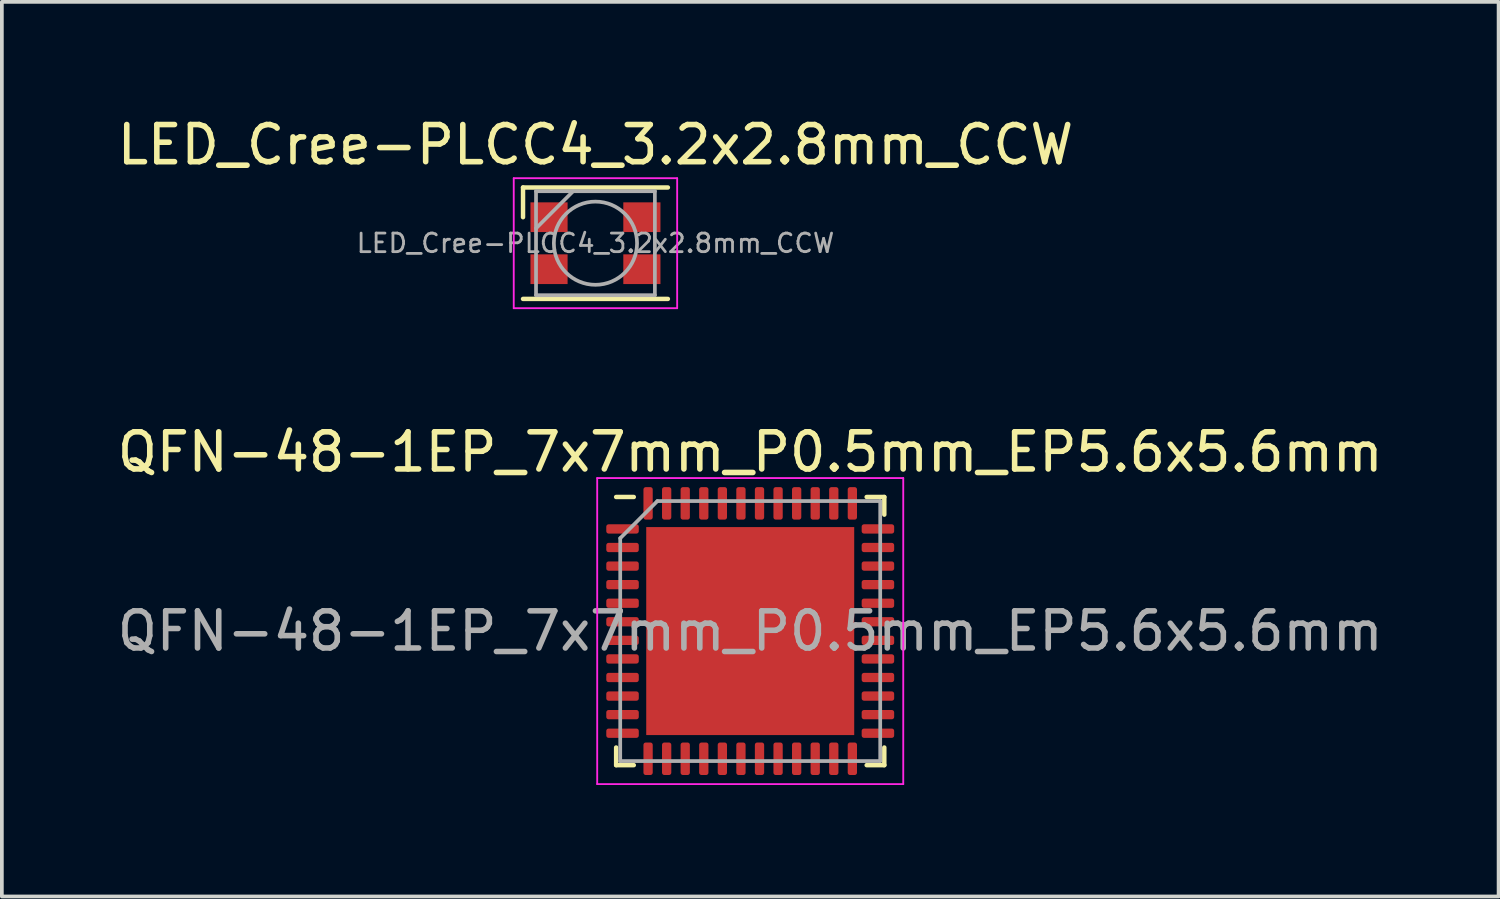
<source format=kicad_pcb>
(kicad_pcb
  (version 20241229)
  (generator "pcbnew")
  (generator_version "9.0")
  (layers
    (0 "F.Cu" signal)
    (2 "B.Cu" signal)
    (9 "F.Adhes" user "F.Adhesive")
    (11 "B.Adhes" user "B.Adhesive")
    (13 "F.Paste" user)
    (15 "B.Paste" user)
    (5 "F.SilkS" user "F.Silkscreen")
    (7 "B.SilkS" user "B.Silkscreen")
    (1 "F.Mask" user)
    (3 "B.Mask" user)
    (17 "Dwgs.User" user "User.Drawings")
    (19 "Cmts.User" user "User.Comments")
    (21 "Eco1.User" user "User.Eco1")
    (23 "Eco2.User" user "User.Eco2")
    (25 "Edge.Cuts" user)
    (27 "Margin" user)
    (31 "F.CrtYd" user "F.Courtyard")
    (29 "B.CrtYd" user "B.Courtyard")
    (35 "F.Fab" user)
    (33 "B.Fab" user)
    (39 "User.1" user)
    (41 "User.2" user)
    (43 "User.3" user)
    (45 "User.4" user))
  (footprint "QFN-48-1EP_7x7mm_P0.5mm_EP5.6x5.6mm"
    (layer "F.Cu")
    (at 17.149 13.941)
    (property "Reference" "QFN-48-1EP_7x7mm_P0.5mm_EP5.6x5.6mm" (at 0 -4.82 0) (layer "F.SilkS") (effects (font (size 1 1) (thickness 0.15))))
    (attr smd)
    (fp_line (start -3.61 3.61) (end -3.61 3.135) (stroke (width 0.12) (type solid)) (layer "F.SilkS"))
    (fp_line (start -3.135 -3.61) (end -3.61 -3.61) (stroke (width 0.12) (type solid)) (layer "F.SilkS"))
    (fp_line (start -3.135 3.61) (end -3.61 3.61) (stroke (width 0.12) (type solid)) (layer "F.SilkS"))
    (fp_line (start 3.135 -3.61) (end 3.61 -3.61) (stroke (width 0.12) (type solid)) (layer "F.SilkS"))
    (fp_line (start 3.135 3.61) (end 3.61 3.61) (stroke (width 0.12) (type solid)) (layer "F.SilkS"))
    (fp_line (start 3.61 -3.61) (end 3.61 -3.135) (stroke (width 0.12) (type solid)) (layer "F.SilkS"))
    (fp_line (start 3.61 3.61) (end 3.61 3.135) (stroke (width 0.12) (type solid)) (layer "F.SilkS"))
    (fp_line (start -4.12 -4.12) (end -4.12 4.12) (stroke (width 0.05) (type solid)) (layer "F.CrtYd"))
    (fp_line (start -4.12 4.12) (end 4.12 4.12) (stroke (width 0.05) (type solid)) (layer "F.CrtYd"))
    (fp_line (start 4.12 -4.12) (end -4.12 -4.12) (stroke (width 0.05) (type solid)) (layer "F.CrtYd"))
    (fp_line (start 4.12 4.12) (end 4.12 -4.12) (stroke (width 0.05) (type solid)) (layer "F.CrtYd"))
    (fp_line (start -3.5 -2.5) (end -2.5 -3.5) (stroke (width 0.1) (type solid)) (layer "F.Fab"))
    (fp_line (start -3.5 3.5) (end -3.5 -2.5) (stroke (width 0.1) (type solid)) (layer "F.Fab"))
    (fp_line (start -2.5 -3.5) (end 3.5 -3.5) (stroke (width 0.1) (type solid)) (layer "F.Fab"))
    (fp_line (start 3.5 -3.5) (end 3.5 3.5) (stroke (width 0.1) (type solid)) (layer "F.Fab"))
    (fp_line (start 3.5 3.5) (end -3.5 3.5) (stroke (width 0.1) (type solid)) (layer "F.Fab"))
    (fp_text user "${REFERENCE}" (at 0 0 0) (layer "F.Fab") (effects (font (size 1 1) (thickness 0.15))))
    (pad "" smd roundrect (at -2.1 -2.1) (size 1.13 1.13) (layers "F.Paste") (roundrect_rratio 0.221))
    (pad "" smd roundrect (at -2.1 -0.7) (size 1.13 1.13) (layers "F.Paste") (roundrect_rratio 0.221))
    (pad "" smd roundrect (at -2.1 0.7) (size 1.13 1.13) (layers "F.Paste") (roundrect_rratio 0.221))
    (pad "" smd roundrect (at -2.1 2.1) (size 1.13 1.13) (layers "F.Paste") (roundrect_rratio 0.221))
    (pad "" smd roundrect (at -0.7 -2.1) (size 1.13 1.13) (layers "F.Paste") (roundrect_rratio 0.221))
    (pad "" smd roundrect (at -0.7 -0.7) (size 1.13 1.13) (layers "F.Paste") (roundrect_rratio 0.221))
    (pad "" smd roundrect (at -0.7 0.7) (size 1.13 1.13) (layers "F.Paste") (roundrect_rratio 0.221))
    (pad "" smd roundrect (at -0.7 2.1) (size 1.13 1.13) (layers "F.Paste") (roundrect_rratio 0.221))
    (pad "" smd roundrect (at 0.7 -2.1) (size 1.13 1.13) (layers "F.Paste") (roundrect_rratio 0.221))
    (pad "" smd roundrect (at 0.7 -0.7) (size 1.13 1.13) (layers "F.Paste") (roundrect_rratio 0.221))
    (pad "" smd roundrect (at 0.7 0.7) (size 1.13 1.13) (layers "F.Paste") (roundrect_rratio 0.221))
    (pad "" smd roundrect (at 0.7 2.1) (size 1.13 1.13) (layers "F.Paste") (roundrect_rratio 0.221))
    (pad "" smd roundrect (at 2.1 -2.1) (size 1.13 1.13) (layers "F.Paste") (roundrect_rratio 0.221))
    (pad "" smd roundrect (at 2.1 -0.7) (size 1.13 1.13) (layers "F.Paste") (roundrect_rratio 0.221))
    (pad "" smd roundrect (at 2.1 0.7) (size 1.13 1.13) (layers "F.Paste") (roundrect_rratio 0.221))
    (pad "" smd roundrect (at 2.1 2.1) (size 1.13 1.13) (layers "F.Paste") (roundrect_rratio 0.221))
    (pad "1" smd roundrect (at -3.438 -2.75) (size 0.875 0.25) (layers "F.Cu" "F.Mask" "F.Paste") (roundrect_rratio 0.25))
    (pad "2" smd roundrect (at -3.438 -2.25) (size 0.875 0.25) (layers "F.Cu" "F.Mask" "F.Paste") (roundrect_rratio 0.25))
    (pad "3" smd roundrect (at -3.438 -1.75) (size 0.875 0.25) (layers "F.Cu" "F.Mask" "F.Paste") (roundrect_rratio 0.25))
    (pad "4" smd roundrect (at -3.438 -1.25) (size 0.875 0.25) (layers "F.Cu" "F.Mask" "F.Paste") (roundrect_rratio 0.25))
    (pad "5" smd roundrect (at -3.438 -0.75) (size 0.875 0.25) (layers "F.Cu" "F.Mask" "F.Paste") (roundrect_rratio 0.25))
    (pad "6" smd roundrect (at -3.438 -0.25) (size 0.875 0.25) (layers "F.Cu" "F.Mask" "F.Paste") (roundrect_rratio 0.25))
    (pad "7" smd roundrect (at -3.438 0.25) (size 0.875 0.25) (layers "F.Cu" "F.Mask" "F.Paste") (roundrect_rratio 0.25))
    (pad "8" smd roundrect (at -3.438 0.75) (size 0.875 0.25) (layers "F.Cu" "F.Mask" "F.Paste") (roundrect_rratio 0.25))
    (pad "9" smd roundrect (at -3.438 1.25) (size 0.875 0.25) (layers "F.Cu" "F.Mask" "F.Paste") (roundrect_rratio 0.25))
    (pad "10" smd roundrect (at -3.438 1.75) (size 0.875 0.25) (layers "F.Cu" "F.Mask" "F.Paste") (roundrect_rratio 0.25))
    (pad "11" smd roundrect (at -3.438 2.25) (size 0.875 0.25) (layers "F.Cu" "F.Mask" "F.Paste") (roundrect_rratio 0.25))
    (pad "12" smd roundrect (at -3.438 2.75) (size 0.875 0.25) (layers "F.Cu" "F.Mask" "F.Paste") (roundrect_rratio 0.25))
    (pad "13" smd roundrect (at -2.75 3.438) (size 0.25 0.875) (layers "F.Cu" "F.Mask" "F.Paste") (roundrect_rratio 0.25))
    (pad "14" smd roundrect (at -2.25 3.438) (size 0.25 0.875) (layers "F.Cu" "F.Mask" "F.Paste") (roundrect_rratio 0.25))
    (pad "15" smd roundrect (at -1.75 3.438) (size 0.25 0.875) (layers "F.Cu" "F.Mask" "F.Paste") (roundrect_rratio 0.25))
    (pad "16" smd roundrect (at -1.25 3.438) (size 0.25 0.875) (layers "F.Cu" "F.Mask" "F.Paste") (roundrect_rratio 0.25))
    (pad "17" smd roundrect (at -0.75 3.438) (size 0.25 0.875) (layers "F.Cu" "F.Mask" "F.Paste") (roundrect_rratio 0.25))
    (pad "18" smd roundrect (at -0.25 3.438) (size 0.25 0.875) (layers "F.Cu" "F.Mask" "F.Paste") (roundrect_rratio 0.25))
    (pad "19" smd roundrect (at 0.25 3.438) (size 0.25 0.875) (layers "F.Cu" "F.Mask" "F.Paste") (roundrect_rratio 0.25))
    (pad "20" smd roundrect (at 0.75 3.438) (size 0.25 0.875) (layers "F.Cu" "F.Mask" "F.Paste") (roundrect_rratio 0.25))
    (pad "21" smd roundrect (at 1.25 3.438) (size 0.25 0.875) (layers "F.Cu" "F.Mask" "F.Paste") (roundrect_rratio 0.25))
    (pad "22" smd roundrect (at 1.75 3.438) (size 0.25 0.875) (layers "F.Cu" "F.Mask" "F.Paste") (roundrect_rratio 0.25))
    (pad "23" smd roundrect (at 2.25 3.438) (size 0.25 0.875) (layers "F.Cu" "F.Mask" "F.Paste") (roundrect_rratio 0.25))
    (pad "24" smd roundrect (at 2.75 3.438) (size 0.25 0.875) (layers "F.Cu" "F.Mask" "F.Paste") (roundrect_rratio 0.25))
    (pad "25" smd roundrect (at 3.438 2.75) (size 0.875 0.25) (layers "F.Cu" "F.Mask" "F.Paste") (roundrect_rratio 0.25))
    (pad "26" smd roundrect (at 3.438 2.25) (size 0.875 0.25) (layers "F.Cu" "F.Mask" "F.Paste") (roundrect_rratio 0.25))
    (pad "27" smd roundrect (at 3.438 1.75) (size 0.875 0.25) (layers "F.Cu" "F.Mask" "F.Paste") (roundrect_rratio 0.25))
    (pad "28" smd roundrect (at 3.438 1.25) (size 0.875 0.25) (layers "F.Cu" "F.Mask" "F.Paste") (roundrect_rratio 0.25))
    (pad "29" smd roundrect (at 3.438 0.75) (size 0.875 0.25) (layers "F.Cu" "F.Mask" "F.Paste") (roundrect_rratio 0.25))
    (pad "30" smd roundrect (at 3.438 0.25) (size 0.875 0.25) (layers "F.Cu" "F.Mask" "F.Paste") (roundrect_rratio 0.25))
    (pad "31" smd roundrect (at 3.438 -0.25) (size 0.875 0.25) (layers "F.Cu" "F.Mask" "F.Paste") (roundrect_rratio 0.25))
    (pad "32" smd roundrect (at 3.438 -0.75) (size 0.875 0.25) (layers "F.Cu" "F.Mask" "F.Paste") (roundrect_rratio 0.25))
    (pad "33" smd roundrect (at 3.438 -1.25) (size 0.875 0.25) (layers "F.Cu" "F.Mask" "F.Paste") (roundrect_rratio 0.25))
    (pad "34" smd roundrect (at 3.438 -1.75) (size 0.875 0.25) (layers "F.Cu" "F.Mask" "F.Paste") (roundrect_rratio 0.25))
    (pad "35" smd roundrect (at 3.438 -2.25) (size 0.875 0.25) (layers "F.Cu" "F.Mask" "F.Paste") (roundrect_rratio 0.25))
    (pad "36" smd roundrect (at 3.438 -2.75) (size 0.875 0.25) (layers "F.Cu" "F.Mask" "F.Paste") (roundrect_rratio 0.25))
    (pad "37" smd roundrect (at 2.75 -3.438) (size 0.25 0.875) (layers "F.Cu" "F.Mask" "F.Paste") (roundrect_rratio 0.25))
    (pad "38" smd roundrect (at 2.25 -3.438) (size 0.25 0.875) (layers "F.Cu" "F.Mask" "F.Paste") (roundrect_rratio 0.25))
    (pad "39" smd roundrect (at 1.75 -3.438) (size 0.25 0.875) (layers "F.Cu" "F.Mask" "F.Paste") (roundrect_rratio 0.25))
    (pad "40" smd roundrect (at 1.25 -3.438) (size 0.25 0.875) (layers "F.Cu" "F.Mask" "F.Paste") (roundrect_rratio 0.25))
    (pad "41" smd roundrect (at 0.75 -3.438) (size 0.25 0.875) (layers "F.Cu" "F.Mask" "F.Paste") (roundrect_rratio 0.25))
    (pad "42" smd roundrect (at 0.25 -3.438) (size 0.25 0.875) (layers "F.Cu" "F.Mask" "F.Paste") (roundrect_rratio 0.25))
    (pad "43" smd roundrect (at -0.25 -3.438) (size 0.25 0.875) (layers "F.Cu" "F.Mask" "F.Paste") (roundrect_rratio 0.25))
    (pad "44" smd roundrect (at -0.75 -3.438) (size 0.25 0.875) (layers "F.Cu" "F.Mask" "F.Paste") (roundrect_rratio 0.25))
    (pad "45" smd roundrect (at -1.25 -3.438) (size 0.25 0.875) (layers "F.Cu" "F.Mask" "F.Paste") (roundrect_rratio 0.25))
    (pad "46" smd roundrect (at -1.75 -3.438) (size 0.25 0.875) (layers "F.Cu" "F.Mask" "F.Paste") (roundrect_rratio 0.25))
    (pad "47" smd roundrect (at -2.25 -3.438) (size 0.25 0.875) (layers "F.Cu" "F.Mask" "F.Paste") (roundrect_rratio 0.25))
    (pad "48" smd roundrect (at -2.75 -3.438) (size 0.25 0.875) (layers "F.Cu" "F.Mask" "F.Paste") (roundrect_rratio 0.25))
    (pad "49" smd rect (at 0 0) (size 5.6 5.6) (layers "F.Cu" "F.Mask")))
  (footprint "LED_Cree-PLCC4_3.2x2.8mm_CCW"
    (layer "F.Cu")
    (at 12.982 3.498)
    (property "Reference" "LED_Cree-PLCC4_3.2x2.8mm_CCW" (at 0 -2.65 180) (layer "F.SilkS") (effects (font (size 1 1) (thickness 0.15))))
    (attr smd)
    (fp_line (start -1.95 -1.5) (end 1.95 -1.5) (stroke (width 0.12) (type solid)) (layer "F.SilkS"))
    (fp_line (start -1.95 -0.7) (end -1.95 -1.5) (stroke (width 0.12) (type solid)) (layer "F.SilkS"))
    (fp_line (start -1.95 1.5) (end 1.95 1.5) (stroke (width 0.12) (type solid)) (layer "F.SilkS"))
    (fp_line (start -2.2 -1.75) (end -2.2 1.75) (stroke (width 0.05) (type solid)) (layer "F.CrtYd"))
    (fp_line (start -2.2 1.75) (end 2.2 1.75) (stroke (width 0.05) (type solid)) (layer "F.CrtYd"))
    (fp_line (start 2.2 -1.75) (end -2.2 -1.75) (stroke (width 0.05) (type solid)) (layer "F.CrtYd"))
    (fp_line (start 2.2 1.75) (end 2.2 -1.75) (stroke (width 0.05) (type solid)) (layer "F.CrtYd"))
    (fp_line (start -1.6 -1.4) (end -1.6 1.4) (stroke (width 0.1) (type solid)) (layer "F.Fab"))
    (fp_line (start -1.6 1.4) (end 1.6 1.4) (stroke (width 0.1) (type solid)) (layer "F.Fab"))
    (fp_line (start -0.6 -1.4) (end -1.6 -0.4) (stroke (width 0.1) (type solid)) (layer "F.Fab"))
    (fp_line (start 1.6 -1.4) (end -1.6 -1.4) (stroke (width 0.1) (type solid)) (layer "F.Fab"))
    (fp_line (start 1.6 1.4) (end 1.6 -1.4) (stroke (width 0.1) (type solid)) (layer "F.Fab"))
    (fp_circle (center 0 0) (end 1.12 0) (stroke (width 0.1) (type solid)) (fill no) (layer "F.Fab"))
    (fp_text user "${REFERENCE}" (at 0 0 180) (layer "F.Fab") (effects (font (size 0.5 0.5) (thickness 0.075))))
    (pad "1" smd rect (at -1.25 -0.7) (size 1 0.8) (layers "F.Cu" "F.Mask" "F.Paste"))
    (pad "2" smd rect (at -1.25 0.7) (size 1 0.8) (layers "F.Cu" "F.Mask" "F.Paste"))
    (pad "3" smd rect (at 1.25 0.7) (size 1 0.8) (layers "F.Cu" "F.Mask" "F.Paste"))
    (pad "4" smd rect (at 1.25 -0.7) (size 1 0.8) (layers "F.Cu" "F.Mask" "F.Paste")))
  (gr_rect
    (start -3 -3)
    (end 37.298 21.087)
    (stroke (width 0.1) (type default))
    (fill no)
    (layer "Edge.Cuts")))
</source>
